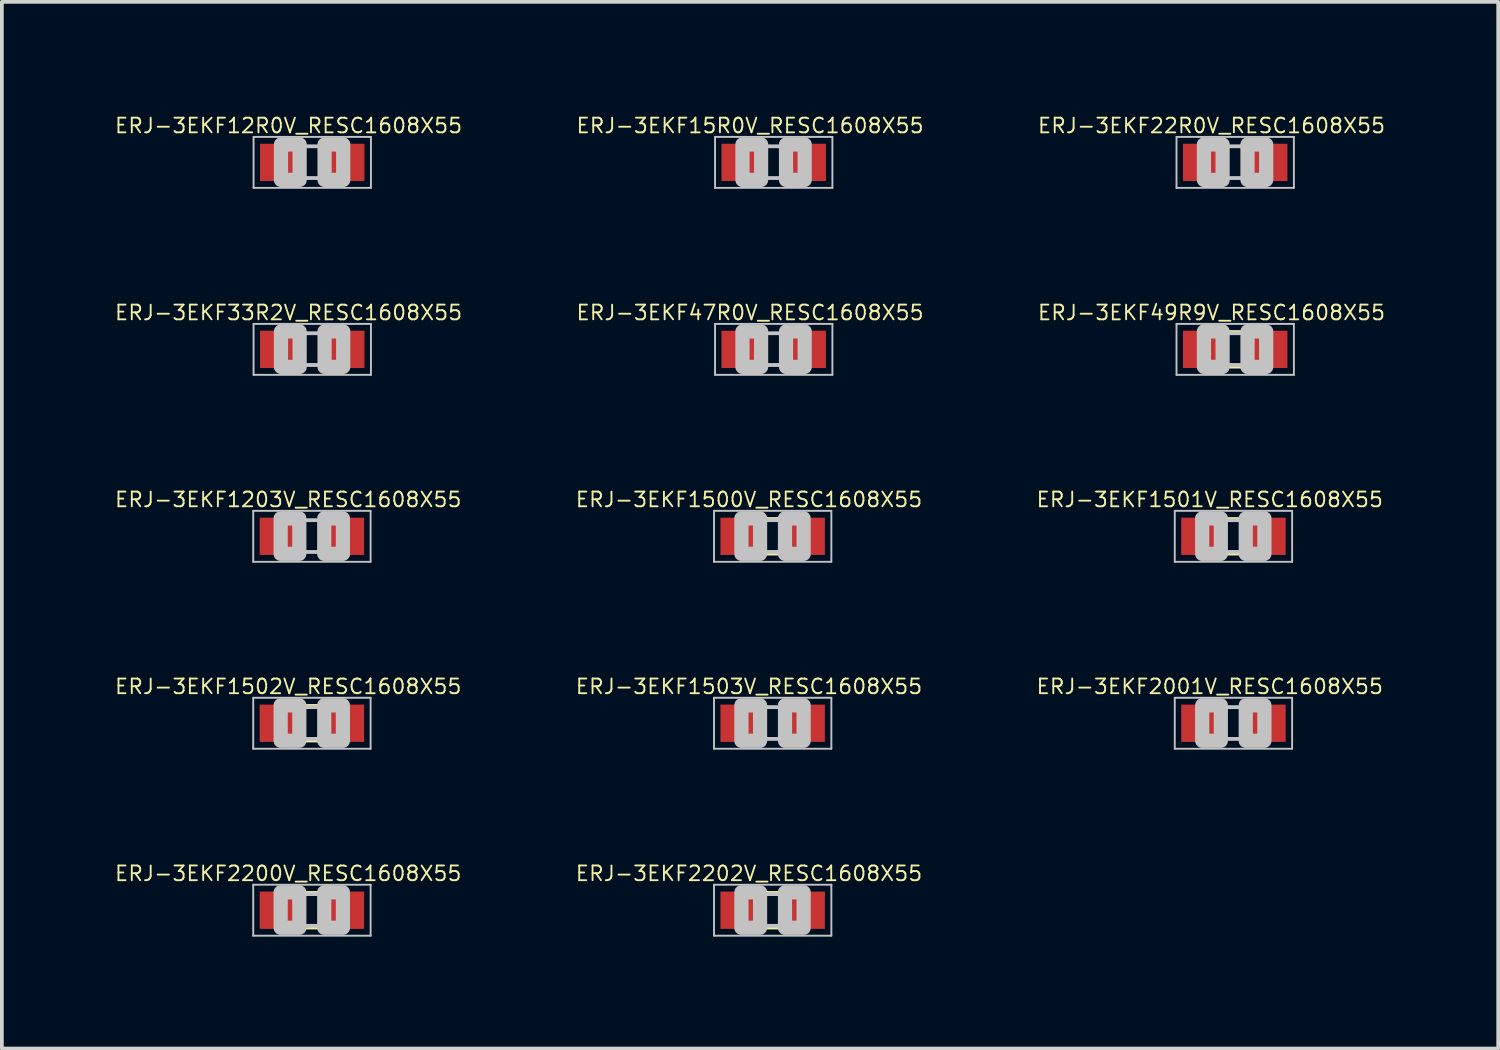
<source format=kicad_pcb>
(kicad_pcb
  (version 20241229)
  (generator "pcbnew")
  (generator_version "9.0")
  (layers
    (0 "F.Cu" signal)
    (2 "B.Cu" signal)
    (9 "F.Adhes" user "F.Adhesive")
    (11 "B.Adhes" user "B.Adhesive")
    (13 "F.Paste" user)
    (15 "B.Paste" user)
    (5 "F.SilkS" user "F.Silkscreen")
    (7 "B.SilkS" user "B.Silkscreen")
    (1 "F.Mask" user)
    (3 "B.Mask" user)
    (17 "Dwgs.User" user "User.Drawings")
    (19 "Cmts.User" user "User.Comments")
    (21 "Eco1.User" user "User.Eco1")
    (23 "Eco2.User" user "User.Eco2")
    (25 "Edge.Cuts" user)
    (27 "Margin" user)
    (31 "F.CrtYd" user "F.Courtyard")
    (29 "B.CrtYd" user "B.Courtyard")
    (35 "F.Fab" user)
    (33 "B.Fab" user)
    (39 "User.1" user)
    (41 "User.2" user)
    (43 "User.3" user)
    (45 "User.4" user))
  (footprint "ERJ-3EKF49R9V_RESC1608X55"
    (layer "F.Cu")
    (at 30.06 6.315)
    (property "Reference" "ERJ-3EKF49R9V_RESC1608X55" (at -0.635 -0.985 0) (layer "F.SilkS") (effects (font (size 0.394 0.394) (thickness 0.05))))
    (attr smd)
    (fp_line (start -0.15 -0.45) (end 0.15 -0.45) (stroke (width 0.127) (type solid)) (layer "F.SilkS"))
    (fp_line (start -0.15 0.45) (end 0.15 0.45) (stroke (width 0.127) (type solid)) (layer "F.SilkS"))
    (fp_line (start -1.573 -0.683) (end 1.573 -0.683) (stroke (width 0.051) (type solid)) (layer "Dwgs.User"))
    (fp_line (start -1.573 0.683) (end -1.573 -0.683) (stroke (width 0.051) (type solid)) (layer "Dwgs.User"))
    (fp_line (start -0.356 -0.432) (end 0.356 -0.432) (stroke (width 0.102) (type solid)) (layer "Dwgs.User"))
    (fp_line (start -0.356 0.419) (end 0.356 0.419) (stroke (width 0.102) (type solid)) (layer "Dwgs.User"))
    (fp_line (start 1.573 -0.683) (end 1.573 0.683) (stroke (width 0.051) (type solid)) (layer "Dwgs.User"))
    (fp_line (start 1.573 0.683) (end -1.573 0.683) (stroke (width 0.051) (type solid)) (layer "Dwgs.User"))
    (fp_poly (pts (xy -0.838 -0.48) (xy -0.338 -0.48) (xy -0.338 0.47) (xy -0.838 0.47)) (stroke (width 0.381) (type solid)) (fill no) (layer "Dwgs.User"))
    (fp_poly (pts (xy 0.33 -0.48) (xy 0.83 -0.48) (xy 0.83 0.47) (xy 0.33 0.47)) (stroke (width 0.381) (type solid)) (fill no) (layer "Dwgs.User"))
    (pad "1" smd rect (at -0.85 0) (size 1.1 1) (layers "F.Cu" "F.Mask" "F.Paste"))
    (pad "2" smd rect (at 0.85 0) (size 1.1 1) (layers "F.Cu" "F.Mask" "F.Paste")))
  (footprint "ERJ-3EKF47R0V_RESC1608X55"
    (layer "F.Cu")
    (at 17.69 6.315)
    (property "Reference" "ERJ-3EKF47R0V_RESC1608X55" (at -0.635 -0.985 0) (layer "F.SilkS") (effects (font (size 0.394 0.394) (thickness 0.05))))
    (attr smd)
    (fp_line (start -1.573 -0.683) (end 1.573 -0.683) (stroke (width 0.051) (type solid)) (layer "Dwgs.User"))
    (fp_line (start -1.573 0.683) (end -1.573 -0.683) (stroke (width 0.051) (type solid)) (layer "Dwgs.User"))
    (fp_line (start -0.356 -0.432) (end 0.356 -0.432) (stroke (width 0.102) (type solid)) (layer "Dwgs.User"))
    (fp_line (start -0.356 0.419) (end 0.356 0.419) (stroke (width 0.102) (type solid)) (layer "Dwgs.User"))
    (fp_line (start 1.573 -0.683) (end 1.573 0.683) (stroke (width 0.051) (type solid)) (layer "Dwgs.User"))
    (fp_line (start 1.573 0.683) (end -1.573 0.683) (stroke (width 0.051) (type solid)) (layer "Dwgs.User"))
    (fp_poly (pts (xy -0.838 -0.48) (xy -0.338 -0.48) (xy -0.338 0.47) (xy -0.838 0.47)) (stroke (width 0.381) (type solid)) (fill no) (layer "Dwgs.User"))
    (fp_poly (pts (xy 0.33 -0.48) (xy 0.83 -0.48) (xy 0.83 0.47) (xy 0.33 0.47)) (stroke (width 0.381) (type solid)) (fill no) (layer "Dwgs.User"))
    (pad "1" smd rect (at -0.85 0) (size 1.1 1) (layers "F.Cu" "F.Mask" "F.Paste"))
    (pad "2" smd rect (at 0.85 0) (size 1.1 1) (layers "F.Cu" "F.Mask" "F.Paste")))
  (footprint "ERJ-3EKF2202V_RESC1608X55"
    (layer "F.Cu")
    (at 17.662 21.349)
    (property "Reference" "ERJ-3EKF2202V_RESC1608X55" (at -0.635 -0.985 0) (layer "F.SilkS") (effects (font (size 0.394 0.394) (thickness 0.05))))
    (attr smd)
    (fp_line (start -0.15 -0.45) (end 0.15 -0.45) (stroke (width 0.127) (type solid)) (layer "F.SilkS"))
    (fp_line (start -0.15 0.45) (end 0.15 0.45) (stroke (width 0.127) (type solid)) (layer "F.SilkS"))
    (fp_line (start -1.573 -0.683) (end 1.573 -0.683) (stroke (width 0.051) (type solid)) (layer "Dwgs.User"))
    (fp_line (start -1.573 0.683) (end -1.573 -0.683) (stroke (width 0.051) (type solid)) (layer "Dwgs.User"))
    (fp_line (start -0.356 -0.432) (end 0.356 -0.432) (stroke (width 0.102) (type solid)) (layer "Dwgs.User"))
    (fp_line (start -0.356 0.419) (end 0.356 0.419) (stroke (width 0.102) (type solid)) (layer "Dwgs.User"))
    (fp_line (start 1.573 -0.683) (end 1.573 0.683) (stroke (width 0.051) (type solid)) (layer "Dwgs.User"))
    (fp_line (start 1.573 0.683) (end -1.573 0.683) (stroke (width 0.051) (type solid)) (layer "Dwgs.User"))
    (fp_poly (pts (xy -0.838 -0.48) (xy -0.338 -0.48) (xy -0.338 0.47) (xy -0.838 0.47)) (stroke (width 0.381) (type solid)) (fill no) (layer "Dwgs.User"))
    (fp_poly (pts (xy 0.33 -0.48) (xy 0.83 -0.48) (xy 0.83 0.47) (xy 0.33 0.47)) (stroke (width 0.381) (type solid)) (fill no) (layer "Dwgs.User"))
    (pad "1" smd rect (at -0.85 0) (size 1.1 1) (layers "F.Cu" "F.Mask" "F.Paste"))
    (pad "2" smd rect (at 0.85 0) (size 1.1 1) (layers "F.Cu" "F.Mask" "F.Paste")))
  (footprint "ERJ-3EKF1503V_RESC1608X55"
    (layer "F.Cu")
    (at 17.662 16.337)
    (property "Reference" "ERJ-3EKF1503V_RESC1608X55" (at -0.635 -0.985 0) (layer "F.SilkS") (effects (font (size 0.394 0.394) (thickness 0.05))))
    (attr smd)
    (fp_line (start -1.573 -0.683) (end 1.573 -0.683) (stroke (width 0.051) (type solid)) (layer "Dwgs.User"))
    (fp_line (start -1.573 0.683) (end -1.573 -0.683) (stroke (width 0.051) (type solid)) (layer "Dwgs.User"))
    (fp_line (start -0.356 -0.432) (end 0.356 -0.432) (stroke (width 0.102) (type solid)) (layer "Dwgs.User"))
    (fp_line (start -0.356 0.419) (end 0.356 0.419) (stroke (width 0.102) (type solid)) (layer "Dwgs.User"))
    (fp_line (start 1.573 -0.683) (end 1.573 0.683) (stroke (width 0.051) (type solid)) (layer "Dwgs.User"))
    (fp_line (start 1.573 0.683) (end -1.573 0.683) (stroke (width 0.051) (type solid)) (layer "Dwgs.User"))
    (fp_poly (pts (xy -0.838 -0.48) (xy -0.338 -0.48) (xy -0.338 0.47) (xy -0.838 0.47)) (stroke (width 0.381) (type solid)) (fill no) (layer "Dwgs.User"))
    (fp_poly (pts (xy 0.33 -0.48) (xy 0.83 -0.48) (xy 0.83 0.47) (xy 0.33 0.47)) (stroke (width 0.381) (type solid)) (fill no) (layer "Dwgs.User"))
    (pad "1" smd rect (at -0.85 0) (size 1.1 1) (layers "F.Cu" "F.Mask" "F.Paste"))
    (pad "2" smd rect (at 0.85 0) (size 1.1 1) (layers "F.Cu" "F.Mask" "F.Paste")))
  (footprint "ERJ-3EKF2001V_RESC1608X55"
    (layer "F.Cu")
    (at 30.013 16.337)
    (property "Reference" "ERJ-3EKF2001V_RESC1608X55" (at -0.635 -0.985 0) (layer "F.SilkS") (effects (font (size 0.394 0.394) (thickness 0.05))))
    (attr smd)
    (fp_line (start -1.573 -0.683) (end 1.573 -0.683) (stroke (width 0.051) (type solid)) (layer "Dwgs.User"))
    (fp_line (start -1.573 0.683) (end -1.573 -0.683) (stroke (width 0.051) (type solid)) (layer "Dwgs.User"))
    (fp_line (start -0.356 -0.432) (end 0.356 -0.432) (stroke (width 0.102) (type solid)) (layer "Dwgs.User"))
    (fp_line (start -0.356 0.419) (end 0.356 0.419) (stroke (width 0.102) (type solid)) (layer "Dwgs.User"))
    (fp_line (start 1.573 -0.683) (end 1.573 0.683) (stroke (width 0.051) (type solid)) (layer "Dwgs.User"))
    (fp_line (start 1.573 0.683) (end -1.573 0.683) (stroke (width 0.051) (type solid)) (layer "Dwgs.User"))
    (fp_poly (pts (xy -0.838 -0.48) (xy -0.338 -0.48) (xy -0.338 0.47) (xy -0.838 0.47)) (stroke (width 0.381) (type solid)) (fill no) (layer "Dwgs.User"))
    (fp_poly (pts (xy 0.33 -0.48) (xy 0.83 -0.48) (xy 0.83 0.47) (xy 0.33 0.47)) (stroke (width 0.381) (type solid)) (fill no) (layer "Dwgs.User"))
    (pad "1" smd rect (at -0.85 0) (size 1.1 1) (layers "F.Cu" "F.Mask" "F.Paste"))
    (pad "2" smd rect (at 0.85 0) (size 1.1 1) (layers "F.Cu" "F.Mask" "F.Paste")))
  (footprint "ERJ-3EKF12R0V_RESC1608X55"
    (layer "F.Cu")
    (at 5.32 1.303)
    (property "Reference" "ERJ-3EKF12R0V_RESC1608X55" (at -0.635 -0.985 0) (layer "F.SilkS") (effects (font (size 0.394 0.394) (thickness 0.05))))
    (attr smd)
    (fp_line (start -1.573 -0.683) (end 1.573 -0.683) (stroke (width 0.051) (type solid)) (layer "Dwgs.User"))
    (fp_line (start -1.573 0.683) (end -1.573 -0.683) (stroke (width 0.051) (type solid)) (layer "Dwgs.User"))
    (fp_line (start -0.356 -0.432) (end 0.356 -0.432) (stroke (width 0.102) (type solid)) (layer "Dwgs.User"))
    (fp_line (start -0.356 0.419) (end 0.356 0.419) (stroke (width 0.102) (type solid)) (layer "Dwgs.User"))
    (fp_line (start 1.573 -0.683) (end 1.573 0.683) (stroke (width 0.051) (type solid)) (layer "Dwgs.User"))
    (fp_line (start 1.573 0.683) (end -1.573 0.683) (stroke (width 0.051) (type solid)) (layer "Dwgs.User"))
    (fp_poly (pts (xy -0.838 -0.48) (xy -0.338 -0.48) (xy -0.338 0.47) (xy -0.838 0.47)) (stroke (width 0.381) (type solid)) (fill no) (layer "Dwgs.User"))
    (fp_poly (pts (xy 0.33 -0.48) (xy 0.83 -0.48) (xy 0.83 0.47) (xy 0.33 0.47)) (stroke (width 0.381) (type solid)) (fill no) (layer "Dwgs.User"))
    (pad "1" smd rect (at -0.85 0) (size 1.1 1) (layers "F.Cu" "F.Mask" "F.Paste"))
    (pad "2" smd rect (at 0.85 0) (size 1.1 1) (layers "F.Cu" "F.Mask" "F.Paste")))
  (footprint "ERJ-3EKF1502V_RESC1608X55"
    (layer "F.Cu")
    (at 5.311 16.337)
    (property "Reference" "ERJ-3EKF1502V_RESC1608X55" (at -0.635 -0.985 0) (layer "F.SilkS") (effects (font (size 0.394 0.394) (thickness 0.05))))
    (attr smd)
    (fp_line (start -0.15 -0.45) (end 0.15 -0.45) (stroke (width 0.127) (type solid)) (layer "F.SilkS"))
    (fp_line (start -0.15 0.45) (end 0.15 0.45) (stroke (width 0.127) (type solid)) (layer "F.SilkS"))
    (fp_line (start -1.573 -0.683) (end 1.573 -0.683) (stroke (width 0.051) (type solid)) (layer "Dwgs.User"))
    (fp_line (start -1.573 0.683) (end -1.573 -0.683) (stroke (width 0.051) (type solid)) (layer "Dwgs.User"))
    (fp_line (start -0.356 -0.432) (end 0.356 -0.432) (stroke (width 0.102) (type solid)) (layer "Dwgs.User"))
    (fp_line (start -0.356 0.419) (end 0.356 0.419) (stroke (width 0.102) (type solid)) (layer "Dwgs.User"))
    (fp_line (start 1.573 -0.683) (end 1.573 0.683) (stroke (width 0.051) (type solid)) (layer "Dwgs.User"))
    (fp_line (start 1.573 0.683) (end -1.573 0.683) (stroke (width 0.051) (type solid)) (layer "Dwgs.User"))
    (fp_poly (pts (xy -0.838 -0.48) (xy -0.338 -0.48) (xy -0.338 0.47) (xy -0.838 0.47)) (stroke (width 0.381) (type solid)) (fill no) (layer "Dwgs.User"))
    (fp_poly (pts (xy 0.33 -0.48) (xy 0.83 -0.48) (xy 0.83 0.47) (xy 0.33 0.47)) (stroke (width 0.381) (type solid)) (fill no) (layer "Dwgs.User"))
    (pad "1" smd rect (at -0.85 0) (size 1.1 1) (layers "F.Cu" "F.Mask" "F.Paste"))
    (pad "2" smd rect (at 0.85 0) (size 1.1 1) (layers "F.Cu" "F.Mask" "F.Paste")))
  (footprint "ERJ-3EKF22R0V_RESC1608X55"
    (layer "F.Cu")
    (at 30.06 1.303)
    (property "Reference" "ERJ-3EKF22R0V_RESC1608X55" (at -0.635 -0.985 0) (layer "F.SilkS") (effects (font (size 0.394 0.394) (thickness 0.05))))
    (attr smd)
    (fp_line (start -1.573 -0.683) (end 1.573 -0.683) (stroke (width 0.051) (type solid)) (layer "Dwgs.User"))
    (fp_line (start -1.573 0.683) (end -1.573 -0.683) (stroke (width 0.051) (type solid)) (layer "Dwgs.User"))
    (fp_line (start -0.356 -0.432) (end 0.356 -0.432) (stroke (width 0.102) (type solid)) (layer "Dwgs.User"))
    (fp_line (start -0.356 0.419) (end 0.356 0.419) (stroke (width 0.102) (type solid)) (layer "Dwgs.User"))
    (fp_line (start 1.573 -0.683) (end 1.573 0.683) (stroke (width 0.051) (type solid)) (layer "Dwgs.User"))
    (fp_line (start 1.573 0.683) (end -1.573 0.683) (stroke (width 0.051) (type solid)) (layer "Dwgs.User"))
    (fp_poly (pts (xy -0.838 -0.48) (xy -0.338 -0.48) (xy -0.338 0.47) (xy -0.838 0.47)) (stroke (width 0.381) (type solid)) (fill no) (layer "Dwgs.User"))
    (fp_poly (pts (xy 0.33 -0.48) (xy 0.83 -0.48) (xy 0.83 0.47) (xy 0.33 0.47)) (stroke (width 0.381) (type solid)) (fill no) (layer "Dwgs.User"))
    (pad "1" smd rect (at -0.85 0) (size 1.1 1) (layers "F.Cu" "F.Mask" "F.Paste"))
    (pad "2" smd rect (at 0.85 0) (size 1.1 1) (layers "F.Cu" "F.Mask" "F.Paste")))
  (footprint "ERJ-3EKF1203V_RESC1608X55"
    (layer "F.Cu")
    (at 5.311 11.326)
    (property "Reference" "ERJ-3EKF1203V_RESC1608X55" (at -0.635 -0.985 0) (layer "F.SilkS") (effects (font (size 0.394 0.394) (thickness 0.05))))
    (attr smd)
    (fp_line (start -1.573 -0.683) (end 1.573 -0.683) (stroke (width 0.051) (type solid)) (layer "Dwgs.User"))
    (fp_line (start -1.573 0.683) (end -1.573 -0.683) (stroke (width 0.051) (type solid)) (layer "Dwgs.User"))
    (fp_line (start -0.356 -0.432) (end 0.356 -0.432) (stroke (width 0.102) (type solid)) (layer "Dwgs.User"))
    (fp_line (start -0.356 0.419) (end 0.356 0.419) (stroke (width 0.102) (type solid)) (layer "Dwgs.User"))
    (fp_line (start 1.573 -0.683) (end 1.573 0.683) (stroke (width 0.051) (type solid)) (layer "Dwgs.User"))
    (fp_line (start 1.573 0.683) (end -1.573 0.683) (stroke (width 0.051) (type solid)) (layer "Dwgs.User"))
    (fp_poly (pts (xy -0.838 -0.48) (xy -0.338 -0.48) (xy -0.338 0.47) (xy -0.838 0.47)) (stroke (width 0.381) (type solid)) (fill no) (layer "Dwgs.User"))
    (fp_poly (pts (xy 0.33 -0.48) (xy 0.83 -0.48) (xy 0.83 0.47) (xy 0.33 0.47)) (stroke (width 0.381) (type solid)) (fill no) (layer "Dwgs.User"))
    (pad "1" smd rect (at -0.85 0) (size 1.1 1) (layers "F.Cu" "F.Mask" "F.Paste"))
    (pad "2" smd rect (at 0.85 0) (size 1.1 1) (layers "F.Cu" "F.Mask" "F.Paste")))
  (footprint "ERJ-3EKF15R0V_RESC1608X55"
    (layer "F.Cu")
    (at 17.69 1.303)
    (property "Reference" "ERJ-3EKF15R0V_RESC1608X55" (at -0.635 -0.985 0) (layer "F.SilkS") (effects (font (size 0.394 0.394) (thickness 0.05))))
    (attr smd)
    (fp_line (start -1.573 -0.683) (end 1.573 -0.683) (stroke (width 0.051) (type solid)) (layer "Dwgs.User"))
    (fp_line (start -1.573 0.683) (end -1.573 -0.683) (stroke (width 0.051) (type solid)) (layer "Dwgs.User"))
    (fp_line (start -0.356 -0.432) (end 0.356 -0.432) (stroke (width 0.102) (type solid)) (layer "Dwgs.User"))
    (fp_line (start -0.356 0.419) (end 0.356 0.419) (stroke (width 0.102) (type solid)) (layer "Dwgs.User"))
    (fp_line (start 1.573 -0.683) (end 1.573 0.683) (stroke (width 0.051) (type solid)) (layer "Dwgs.User"))
    (fp_line (start 1.573 0.683) (end -1.573 0.683) (stroke (width 0.051) (type solid)) (layer "Dwgs.User"))
    (fp_poly (pts (xy -0.838 -0.48) (xy -0.338 -0.48) (xy -0.338 0.47) (xy -0.838 0.47)) (stroke (width 0.381) (type solid)) (fill no) (layer "Dwgs.User"))
    (fp_poly (pts (xy 0.33 -0.48) (xy 0.83 -0.48) (xy 0.83 0.47) (xy 0.33 0.47)) (stroke (width 0.381) (type solid)) (fill no) (layer "Dwgs.User"))
    (pad "1" smd rect (at -0.85 0) (size 1.1 1) (layers "F.Cu" "F.Mask" "F.Paste"))
    (pad "2" smd rect (at 0.85 0) (size 1.1 1) (layers "F.Cu" "F.Mask" "F.Paste")))
  (footprint "ERJ-3EKF1500V_RESC1608X55"
    (layer "F.Cu")
    (at 17.662 11.326)
    (property "Reference" "ERJ-3EKF1500V_RESC1608X55" (at -0.635 -0.985 0) (layer "F.SilkS") (effects (font (size 0.394 0.394) (thickness 0.05))))
    (attr smd)
    (fp_line (start -0.15 -0.45) (end 0.15 -0.45) (stroke (width 0.127) (type solid)) (layer "F.SilkS"))
    (fp_line (start -0.15 0.45) (end 0.15 0.45) (stroke (width 0.127) (type solid)) (layer "F.SilkS"))
    (fp_line (start -1.573 -0.683) (end 1.573 -0.683) (stroke (width 0.051) (type solid)) (layer "Dwgs.User"))
    (fp_line (start -1.573 0.683) (end -1.573 -0.683) (stroke (width 0.051) (type solid)) (layer "Dwgs.User"))
    (fp_line (start -0.356 -0.432) (end 0.356 -0.432) (stroke (width 0.102) (type solid)) (layer "Dwgs.User"))
    (fp_line (start -0.356 0.419) (end 0.356 0.419) (stroke (width 0.102) (type solid)) (layer "Dwgs.User"))
    (fp_line (start 1.573 -0.683) (end 1.573 0.683) (stroke (width 0.051) (type solid)) (layer "Dwgs.User"))
    (fp_line (start 1.573 0.683) (end -1.573 0.683) (stroke (width 0.051) (type solid)) (layer "Dwgs.User"))
    (fp_poly (pts (xy -0.838 -0.48) (xy -0.338 -0.48) (xy -0.338 0.47) (xy -0.838 0.47)) (stroke (width 0.381) (type solid)) (fill no) (layer "Dwgs.User"))
    (fp_poly (pts (xy 0.33 -0.48) (xy 0.83 -0.48) (xy 0.83 0.47) (xy 0.33 0.47)) (stroke (width 0.381) (type solid)) (fill no) (layer "Dwgs.User"))
    (pad "1" smd rect (at -0.85 0) (size 1.1 1) (layers "F.Cu" "F.Mask" "F.Paste"))
    (pad "2" smd rect (at 0.85 0) (size 1.1 1) (layers "F.Cu" "F.Mask" "F.Paste")))
  (footprint "ERJ-3EKF1501V_RESC1608X55"
    (layer "F.Cu")
    (at 30.013 11.326)
    (property "Reference" "ERJ-3EKF1501V_RESC1608X55" (at -0.635 -0.985 0) (layer "F.SilkS") (effects (font (size 0.394 0.394) (thickness 0.05))))
    (attr smd)
    (fp_line (start -0.15 -0.45) (end 0.15 -0.45) (stroke (width 0.127) (type solid)) (layer "F.SilkS"))
    (fp_line (start -0.15 0.45) (end 0.15 0.45) (stroke (width 0.127) (type solid)) (layer "F.SilkS"))
    (fp_line (start -1.573 -0.683) (end 1.573 -0.683) (stroke (width 0.051) (type solid)) (layer "Dwgs.User"))
    (fp_line (start -1.573 0.683) (end -1.573 -0.683) (stroke (width 0.051) (type solid)) (layer "Dwgs.User"))
    (fp_line (start -0.356 -0.432) (end 0.356 -0.432) (stroke (width 0.102) (type solid)) (layer "Dwgs.User"))
    (fp_line (start -0.356 0.419) (end 0.356 0.419) (stroke (width 0.102) (type solid)) (layer "Dwgs.User"))
    (fp_line (start 1.573 -0.683) (end 1.573 0.683) (stroke (width 0.051) (type solid)) (layer "Dwgs.User"))
    (fp_line (start 1.573 0.683) (end -1.573 0.683) (stroke (width 0.051) (type solid)) (layer "Dwgs.User"))
    (fp_poly (pts (xy -0.838 -0.48) (xy -0.338 -0.48) (xy -0.338 0.47) (xy -0.838 0.47)) (stroke (width 0.381) (type solid)) (fill no) (layer "Dwgs.User"))
    (fp_poly (pts (xy 0.33 -0.48) (xy 0.83 -0.48) (xy 0.83 0.47) (xy 0.33 0.47)) (stroke (width 0.381) (type solid)) (fill no) (layer "Dwgs.User"))
    (pad "1" smd rect (at -0.85 0) (size 1.1 1) (layers "F.Cu" "F.Mask" "F.Paste"))
    (pad "2" smd rect (at 0.85 0) (size 1.1 1) (layers "F.Cu" "F.Mask" "F.Paste")))
  (footprint "ERJ-3EKF2200V_RESC1608X55"
    (layer "F.Cu")
    (at 5.311 21.349)
    (property "Reference" "ERJ-3EKF2200V_RESC1608X55" (at -0.635 -0.985 0) (layer "F.SilkS") (effects (font (size 0.394 0.394) (thickness 0.05))))
    (attr smd)
    (fp_line (start -0.15 -0.45) (end 0.15 -0.45) (stroke (width 0.127) (type solid)) (layer "F.SilkS"))
    (fp_line (start -0.15 0.45) (end 0.15 0.45) (stroke (width 0.127) (type solid)) (layer "F.SilkS"))
    (fp_line (start -1.573 -0.683) (end 1.573 -0.683) (stroke (width 0.051) (type solid)) (layer "Dwgs.User"))
    (fp_line (start -1.573 0.683) (end -1.573 -0.683) (stroke (width 0.051) (type solid)) (layer "Dwgs.User"))
    (fp_line (start -0.356 -0.432) (end 0.356 -0.432) (stroke (width 0.102) (type solid)) (layer "Dwgs.User"))
    (fp_line (start -0.356 0.419) (end 0.356 0.419) (stroke (width 0.102) (type solid)) (layer "Dwgs.User"))
    (fp_line (start 1.573 -0.683) (end 1.573 0.683) (stroke (width 0.051) (type solid)) (layer "Dwgs.User"))
    (fp_line (start 1.573 0.683) (end -1.573 0.683) (stroke (width 0.051) (type solid)) (layer "Dwgs.User"))
    (fp_poly (pts (xy -0.838 -0.48) (xy -0.338 -0.48) (xy -0.338 0.47) (xy -0.838 0.47)) (stroke (width 0.381) (type solid)) (fill no) (layer "Dwgs.User"))
    (fp_poly (pts (xy 0.33 -0.48) (xy 0.83 -0.48) (xy 0.83 0.47) (xy 0.33 0.47)) (stroke (width 0.381) (type solid)) (fill no) (layer "Dwgs.User"))
    (pad "1" smd rect (at -0.85 0) (size 1.1 1) (layers "F.Cu" "F.Mask" "F.Paste"))
    (pad "2" smd rect (at 0.85 0) (size 1.1 1) (layers "F.Cu" "F.Mask" "F.Paste")))
  (footprint "ERJ-3EKF33R2V_RESC1608X55"
    (layer "F.Cu")
    (at 5.32 6.315)
    (property "Reference" "ERJ-3EKF33R2V_RESC1608X55" (at -0.635 -0.985 0) (layer "F.SilkS") (effects (font (size 0.394 0.394) (thickness 0.05))))
    (attr smd)
    (fp_line (start -1.573 -0.683) (end 1.573 -0.683) (stroke (width 0.051) (type solid)) (layer "Dwgs.User"))
    (fp_line (start -1.573 0.683) (end -1.573 -0.683) (stroke (width 0.051) (type solid)) (layer "Dwgs.User"))
    (fp_line (start -0.356 -0.432) (end 0.356 -0.432) (stroke (width 0.102) (type solid)) (layer "Dwgs.User"))
    (fp_line (start -0.356 0.419) (end 0.356 0.419) (stroke (width 0.102) (type solid)) (layer "Dwgs.User"))
    (fp_line (start 1.573 -0.683) (end 1.573 0.683) (stroke (width 0.051) (type solid)) (layer "Dwgs.User"))
    (fp_line (start 1.573 0.683) (end -1.573 0.683) (stroke (width 0.051) (type solid)) (layer "Dwgs.User"))
    (fp_poly (pts (xy -0.838 -0.48) (xy -0.338 -0.48) (xy -0.338 0.47) (xy -0.838 0.47)) (stroke (width 0.381) (type solid)) (fill no) (layer "Dwgs.User"))
    (fp_poly (pts (xy 0.33 -0.48) (xy 0.83 -0.48) (xy 0.83 0.47) (xy 0.33 0.47)) (stroke (width 0.381) (type solid)) (fill no) (layer "Dwgs.User"))
    (pad "1" smd rect (at -0.85 0) (size 1.1 1) (layers "F.Cu" "F.Mask" "F.Paste"))
    (pad "2" smd rect (at 0.85 0) (size 1.1 1) (layers "F.Cu" "F.Mask" "F.Paste")))
  (gr_rect
    (start -3 -3)
    (end 37.11 25.057)
    (stroke (width 0.1) (type default))
    (fill no)
    (layer "Edge.Cuts")))
</source>
